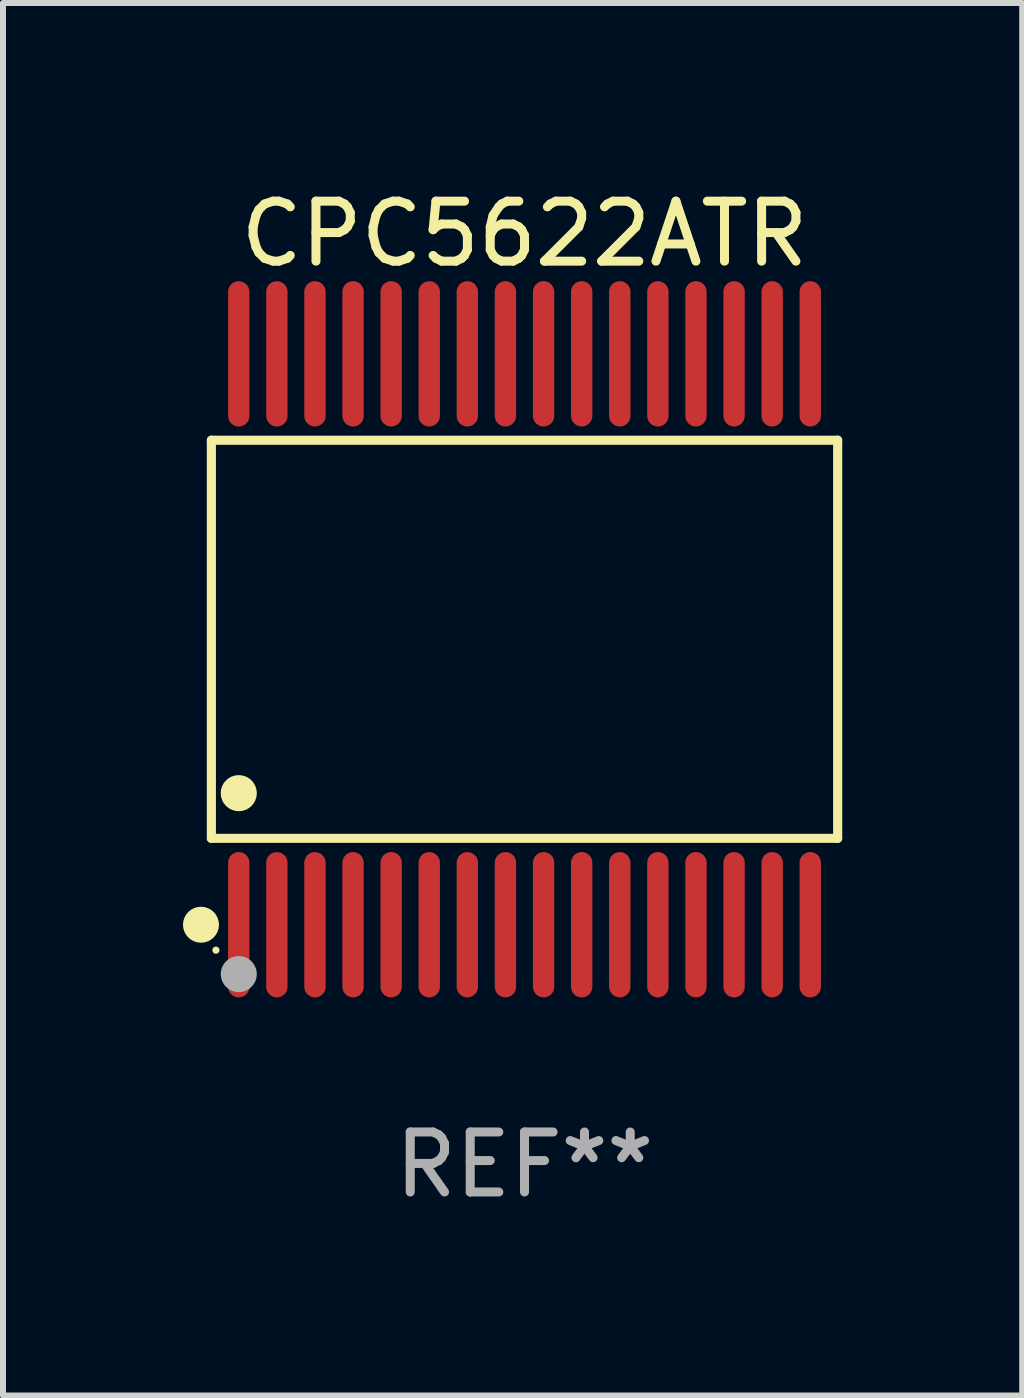
<source format=kicad_pcb>
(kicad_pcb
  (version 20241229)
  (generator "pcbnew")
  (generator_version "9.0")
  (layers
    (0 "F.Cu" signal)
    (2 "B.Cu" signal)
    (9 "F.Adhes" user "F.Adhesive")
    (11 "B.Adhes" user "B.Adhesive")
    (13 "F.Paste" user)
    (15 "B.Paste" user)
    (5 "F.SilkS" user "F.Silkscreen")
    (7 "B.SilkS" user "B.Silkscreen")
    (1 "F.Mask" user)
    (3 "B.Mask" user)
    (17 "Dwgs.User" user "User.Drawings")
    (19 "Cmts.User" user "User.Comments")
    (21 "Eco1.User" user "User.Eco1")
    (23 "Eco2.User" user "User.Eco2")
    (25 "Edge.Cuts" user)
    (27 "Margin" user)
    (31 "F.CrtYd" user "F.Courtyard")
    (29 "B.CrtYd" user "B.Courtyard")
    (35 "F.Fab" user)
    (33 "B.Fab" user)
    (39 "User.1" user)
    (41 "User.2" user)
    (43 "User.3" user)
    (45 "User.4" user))
  (footprint "CPC5622ATR"
    (layer "F.Cu")
    (at 5.693 7.606)
    (property "Reference" "CPC5622ATR" (at 0 -6.758 0) (layer "F.SilkS") (effects (font (size 1 1) (thickness 0.15))))
    (attr through_hole)
    (fp_line (start -5.22 -3.318) (end 5.22 -3.318) (stroke (width 0.152) (type solid)) (layer "F.SilkS"))
    (fp_line (start -5.22 3.318) (end -5.22 -3.318) (stroke (width 0.152) (type solid)) (layer "F.SilkS"))
    (fp_line (start 5.22 -3.318) (end 5.22 3.318) (stroke (width 0.152) (type solid)) (layer "F.SilkS"))
    (fp_line (start 5.22 3.318) (end -5.22 3.318) (stroke (width 0.152) (type solid)) (layer "F.SilkS"))
    (fp_circle (center -5.393 4.758) (end -5.243 4.758) (stroke (width 0.3) (type solid)) (fill no) (layer "F.SilkS"))
    (fp_circle (center -5.144 5.182) (end -5.114 5.182) (stroke (width 0.06) (type solid)) (fill no) (layer "F.SilkS"))
    (fp_circle (center -4.763 2.565) (end -4.612 2.565) (stroke (width 0.3) (type solid)) (fill no) (layer "F.SilkS"))
    (fp_circle (center -4.763 5.581) (end -4.612 5.581) (stroke (width 0.3) (type solid)) (fill no) (layer "F.Fab"))
    (fp_text user "REF**" (at 0 8.758 0) (layer "F.Fab") (effects (font (size 1 1) (thickness 0.15))))
    (pad "1" smd oval (at -4.763 4.758) (size 0.356 2.422) (layers "F.Cu" "F.Mask" "F.Paste"))
    (pad "2" smd oval (at -4.128 4.758) (size 0.356 2.422) (layers "F.Cu" "F.Mask" "F.Paste"))
    (pad "3" smd oval (at -3.493 4.758) (size 0.356 2.422) (layers "F.Cu" "F.Mask" "F.Paste"))
    (pad "4" smd oval (at -2.858 4.758) (size 0.356 2.422) (layers "F.Cu" "F.Mask" "F.Paste"))
    (pad "5" smd oval (at -2.223 4.758) (size 0.356 2.422) (layers "F.Cu" "F.Mask" "F.Paste"))
    (pad "6" smd oval (at -1.588 4.758) (size 0.356 2.422) (layers "F.Cu" "F.Mask" "F.Paste"))
    (pad "7" smd oval (at -0.953 4.758) (size 0.356 2.422) (layers "F.Cu" "F.Mask" "F.Paste"))
    (pad "8" smd oval (at -0.318 4.758) (size 0.356 2.422) (layers "F.Cu" "F.Mask" "F.Paste"))
    (pad "9" smd oval (at 0.318 4.758) (size 0.356 2.422) (layers "F.Cu" "F.Mask" "F.Paste"))
    (pad "10" smd oval (at 0.953 4.758) (size 0.356 2.422) (layers "F.Cu" "F.Mask" "F.Paste"))
    (pad "11" smd oval (at 1.588 4.758) (size 0.356 2.422) (layers "F.Cu" "F.Mask" "F.Paste"))
    (pad "12" smd oval (at 2.223 4.758) (size 0.356 2.422) (layers "F.Cu" "F.Mask" "F.Paste"))
    (pad "13" smd oval (at 2.858 4.758) (size 0.356 2.422) (layers "F.Cu" "F.Mask" "F.Paste"))
    (pad "14" smd oval (at 3.493 4.758) (size 0.356 2.422) (layers "F.Cu" "F.Mask" "F.Paste"))
    (pad "15" smd oval (at 4.128 4.758) (size 0.356 2.422) (layers "F.Cu" "F.Mask" "F.Paste"))
    (pad "16" smd oval (at 4.763 4.758) (size 0.356 2.422) (layers "F.Cu" "F.Mask" "F.Paste"))
    (pad "17" smd oval (at 4.763 -4.758) (size 0.356 2.422) (layers "F.Cu" "F.Mask" "F.Paste"))
    (pad "18" smd oval (at 4.128 -4.758) (size 0.356 2.422) (layers "F.Cu" "F.Mask" "F.Paste"))
    (pad "19" smd oval (at 3.493 -4.758) (size 0.356 2.422) (layers "F.Cu" "F.Mask" "F.Paste"))
    (pad "20" smd oval (at 2.858 -4.758) (size 0.356 2.422) (layers "F.Cu" "F.Mask" "F.Paste"))
    (pad "21" smd oval (at 2.223 -4.758) (size 0.356 2.422) (layers "F.Cu" "F.Mask" "F.Paste"))
    (pad "22" smd oval (at 1.588 -4.758) (size 0.356 2.422) (layers "F.Cu" "F.Mask" "F.Paste"))
    (pad "23" smd oval (at 0.953 -4.758) (size 0.356 2.422) (layers "F.Cu" "F.Mask" "F.Paste"))
    (pad "24" smd oval (at 0.318 -4.758) (size 0.356 2.422) (layers "F.Cu" "F.Mask" "F.Paste"))
    (pad "25" smd oval (at -0.318 -4.758) (size 0.356 2.422) (layers "F.Cu" "F.Mask" "F.Paste"))
    (pad "26" smd oval (at -0.953 -4.758) (size 0.356 2.422) (layers "F.Cu" "F.Mask" "F.Paste"))
    (pad "27" smd oval (at -1.588 -4.758) (size 0.356 2.422) (layers "F.Cu" "F.Mask" "F.Paste"))
    (pad "28" smd oval (at -2.223 -4.758) (size 0.356 2.422) (layers "F.Cu" "F.Mask" "F.Paste"))
    (pad "29" smd oval (at -2.858 -4.758) (size 0.356 2.422) (layers "F.Cu" "F.Mask" "F.Paste"))
    (pad "30" smd oval (at -3.493 -4.758) (size 0.356 2.422) (layers "F.Cu" "F.Mask" "F.Paste"))
    (pad "31" smd oval (at -4.128 -4.758) (size 0.356 2.422) (layers "F.Cu" "F.Mask" "F.Paste"))
    (pad "32" smd oval (at -4.763 -4.758) (size 0.356 2.422) (layers "F.Cu" "F.Mask" "F.Paste")))
  (gr_rect
    (start -3 -3)
    (end 13.989 20.212)
    (stroke (width 0.1) (type default))
    (fill no)
    (layer "Edge.Cuts")))
</source>
